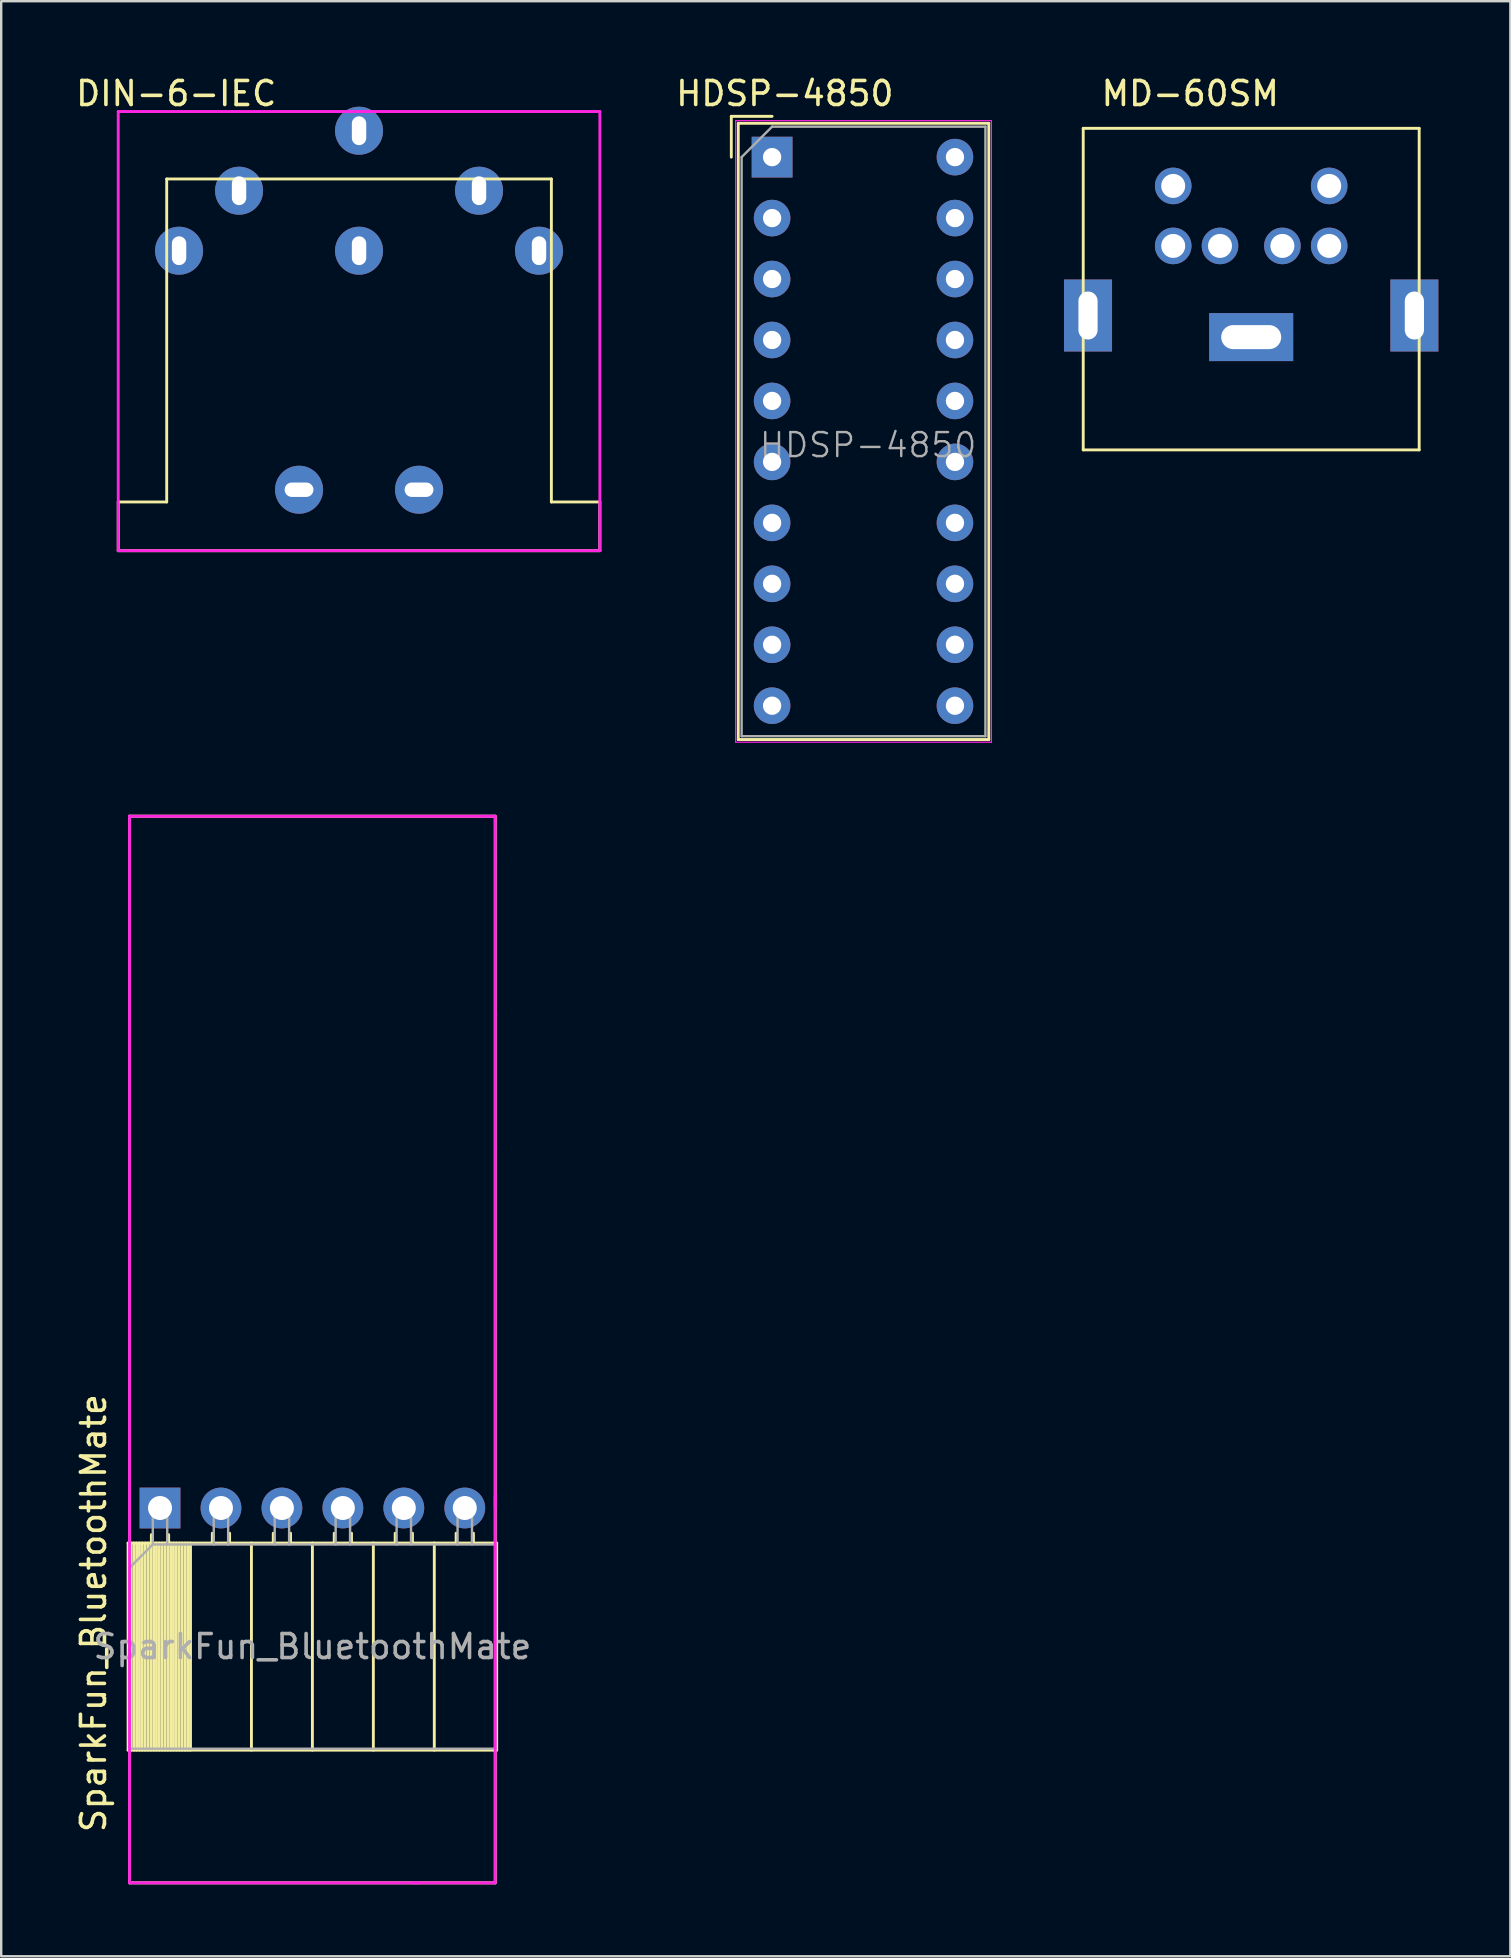
<source format=kicad_pcb>
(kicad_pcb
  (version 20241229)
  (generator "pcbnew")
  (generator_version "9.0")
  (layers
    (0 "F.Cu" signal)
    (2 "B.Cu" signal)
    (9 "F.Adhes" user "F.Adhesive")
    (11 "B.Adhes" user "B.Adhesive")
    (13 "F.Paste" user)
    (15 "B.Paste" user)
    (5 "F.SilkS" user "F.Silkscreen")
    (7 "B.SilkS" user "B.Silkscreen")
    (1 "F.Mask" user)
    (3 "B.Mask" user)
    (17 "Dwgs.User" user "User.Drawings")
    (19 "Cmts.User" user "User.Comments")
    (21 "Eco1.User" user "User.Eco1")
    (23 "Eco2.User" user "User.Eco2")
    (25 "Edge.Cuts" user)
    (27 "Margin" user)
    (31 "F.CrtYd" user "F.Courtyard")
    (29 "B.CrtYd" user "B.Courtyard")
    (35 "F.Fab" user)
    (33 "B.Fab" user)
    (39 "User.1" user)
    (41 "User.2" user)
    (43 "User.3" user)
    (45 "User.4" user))
  (footprint "SparkFun_BluetoothMate"
    (layer "F.Cu")
    (at 9.968 61.316)
    (property "Reference" "SparkFun_BluetoothMate" (at -9.12 2.856 90) (layer "F.SilkS") (effects (font (size 1 1) (thickness 0.15))))
    (attr through_hole)
    (fp_line (start -7.68 -0.064) (end 7.68 -0.064) (stroke (width 0.12) (type solid)) (layer "F.SilkS"))
    (fp_line (start -7.68 8.566) (end -7.68 -0.064) (stroke (width 0.12) (type solid)) (layer "F.SilkS"))
    (fp_line (start -7.68 8.566) (end 7.68 8.566) (stroke (width 0.12) (type solid)) (layer "F.SilkS"))
    (fp_line (start -7.62 -30.353) (end -7.62 14.097) (stroke (width 0.12) (type solid)) (layer "F.SilkS"))
    (fp_line (start -7.62 14.097) (end 7.62 14.097) (stroke (width 0.12) (type solid)) (layer "F.SilkS"))
    (fp_line (start -7.56 8.566) (end -7.56 -0.064) (stroke (width 0.12) (type solid)) (layer "F.SilkS"))
    (fp_line (start -7.442 8.566) (end -7.442 -0.064) (stroke (width 0.12) (type solid)) (layer "F.SilkS"))
    (fp_line (start -7.324 8.566) (end -7.324 -0.064) (stroke (width 0.12) (type solid)) (layer "F.SilkS"))
    (fp_line (start -7.206 8.566) (end -7.206 -0.064) (stroke (width 0.12) (type solid)) (layer "F.SilkS"))
    (fp_line (start -7.088 8.566) (end -7.088 -0.064) (stroke (width 0.12) (type solid)) (layer "F.SilkS"))
    (fp_line (start -6.97 8.566) (end -6.97 -0.064) (stroke (width 0.12) (type solid)) (layer "F.SilkS"))
    (fp_line (start -6.851 8.566) (end -6.851 -0.064) (stroke (width 0.12) (type solid)) (layer "F.SilkS"))
    (fp_line (start -6.733 8.566) (end -6.733 -0.064) (stroke (width 0.12) (type solid)) (layer "F.SilkS"))
    (fp_line (start -6.71 -0.064) (end -6.71 -0.414) (stroke (width 0.12) (type solid)) (layer "F.SilkS"))
    (fp_line (start -6.615 8.566) (end -6.615 -0.064) (stroke (width 0.12) (type solid)) (layer "F.SilkS"))
    (fp_line (start -6.497 8.566) (end -6.497 -0.064) (stroke (width 0.12) (type solid)) (layer "F.SilkS"))
    (fp_line (start -6.379 8.566) (end -6.379 -0.064) (stroke (width 0.12) (type solid)) (layer "F.SilkS"))
    (fp_line (start -6.261 8.566) (end -6.261 -0.064) (stroke (width 0.12) (type solid)) (layer "F.SilkS"))
    (fp_line (start -6.143 8.566) (end -6.143 -0.064) (stroke (width 0.12) (type solid)) (layer "F.SilkS"))
    (fp_line (start -6.025 8.566) (end -6.025 -0.064) (stroke (width 0.12) (type solid)) (layer "F.SilkS"))
    (fp_line (start -5.99 -0.064) (end -5.99 -0.414) (stroke (width 0.12) (type solid)) (layer "F.SilkS"))
    (fp_line (start -5.907 8.566) (end -5.907 -0.064) (stroke (width 0.12) (type solid)) (layer "F.SilkS"))
    (fp_line (start -5.789 8.566) (end -5.789 -0.064) (stroke (width 0.12) (type solid)) (layer "F.SilkS"))
    (fp_line (start -5.67 8.566) (end -5.67 -0.064) (stroke (width 0.12) (type solid)) (layer "F.SilkS"))
    (fp_line (start -5.552 8.566) (end -5.552 -0.064) (stroke (width 0.12) (type solid)) (layer "F.SilkS"))
    (fp_line (start -5.434 8.566) (end -5.434 -0.064) (stroke (width 0.12) (type solid)) (layer "F.SilkS"))
    (fp_line (start -5.316 8.566) (end -5.316 -0.064) (stroke (width 0.12) (type solid)) (layer "F.SilkS"))
    (fp_line (start -5.198 8.566) (end -5.198 -0.064) (stroke (width 0.12) (type solid)) (layer "F.SilkS"))
    (fp_line (start -5.08 8.566) (end -5.08 -0.064) (stroke (width 0.12) (type solid)) (layer "F.SilkS"))
    (fp_line (start -4.17 -0.064) (end -4.17 -0.474) (stroke (width 0.12) (type solid)) (layer "F.SilkS"))
    (fp_line (start -3.45 -0.064) (end -3.45 -0.474) (stroke (width 0.12) (type solid)) (layer "F.SilkS"))
    (fp_line (start -2.54 8.566) (end -2.54 -0.064) (stroke (width 0.12) (type solid)) (layer "F.SilkS"))
    (fp_line (start -1.63 -0.064) (end -1.63 -0.474) (stroke (width 0.12) (type solid)) (layer "F.SilkS"))
    (fp_line (start -0.91 -0.064) (end -0.91 -0.474) (stroke (width 0.12) (type solid)) (layer "F.SilkS"))
    (fp_line (start 0 8.566) (end 0 -0.064) (stroke (width 0.12) (type solid)) (layer "F.SilkS"))
    (fp_line (start 0.91 -0.064) (end 0.91 -0.474) (stroke (width 0.12) (type solid)) (layer "F.SilkS"))
    (fp_line (start 1.63 -0.064) (end 1.63 -0.474) (stroke (width 0.12) (type solid)) (layer "F.SilkS"))
    (fp_line (start 2.54 8.566) (end 2.54 -0.064) (stroke (width 0.12) (type solid)) (layer "F.SilkS"))
    (fp_line (start 3.45 -0.064) (end 3.45 -0.474) (stroke (width 0.12) (type solid)) (layer "F.SilkS"))
    (fp_line (start 4.17 -0.064) (end 4.17 -0.474) (stroke (width 0.12) (type solid)) (layer "F.SilkS"))
    (fp_line (start 5.08 8.566) (end 5.08 -0.064) (stroke (width 0.12) (type solid)) (layer "F.SilkS"))
    (fp_line (start 5.99 -0.064) (end 5.99 -0.474) (stroke (width 0.12) (type solid)) (layer "F.SilkS"))
    (fp_line (start 6.71 -0.064) (end 6.71 -0.474) (stroke (width 0.12) (type solid)) (layer "F.SilkS"))
    (fp_line (start 7.62 -30.353) (end -7.62 -30.353) (stroke (width 0.12) (type solid)) (layer "F.SilkS"))
    (fp_line (start 7.62 14.097) (end 7.62 -30.353) (stroke (width 0.12) (type solid)) (layer "F.SilkS"))
    (fp_line (start 7.68 8.566) (end 7.68 -0.064) (stroke (width 0.12) (type solid)) (layer "F.SilkS"))
    (fp_line (start -7.62 -30.353) (end -6.731 -30.353) (stroke (width 0.12) (type solid)) (layer "F.CrtYd"))
    (fp_line (start -7.62 -1.905) (end -7.62 -30.353) (stroke (width 0.12) (type solid)) (layer "F.CrtYd"))
    (fp_line (start -7.62 -1.905) (end -7.62 -0.254) (stroke (width 0.12) (type solid)) (layer "F.CrtYd"))
    (fp_line (start -7.62 -0.254) (end -7.62 14.097) (stroke (width 0.12) (type solid)) (layer "F.CrtYd"))
    (fp_line (start -7.62 14.097) (end 7.62 14.097) (stroke (width 0.12) (type solid)) (layer "F.CrtYd"))
    (fp_line (start 4.191 14.097) (end 4.445 14.097) (stroke (width 0.12) (type solid)) (layer "F.CrtYd"))
    (fp_line (start 7.112 -30.353) (end -6.731 -30.353) (stroke (width 0.12) (type solid)) (layer "F.CrtYd"))
    (fp_line (start 7.239 -30.353) (end 7.112 -30.353) (stroke (width 0.12) (type solid)) (layer "F.CrtYd"))
    (fp_line (start 7.62 -30.353) (end 7.239 -30.353) (stroke (width 0.12) (type solid)) (layer "F.CrtYd"))
    (fp_line (start 7.62 -28.575) (end 7.62 -30.353) (stroke (width 0.12) (type solid)) (layer "F.CrtYd"))
    (fp_line (start 7.62 -22.098) (end 7.62 -28.575) (stroke (width 0.12) (type solid)) (layer "F.CrtYd"))
    (fp_line (start 7.62 -16.51) (end 7.62 -22.098) (stroke (width 0.12) (type solid)) (layer "F.CrtYd"))
    (fp_line (start 7.62 -2.032) (end 7.62 -16.51) (stroke (width 0.12) (type solid)) (layer "F.CrtYd"))
    (fp_line (start 7.62 -2.032) (end 7.62 14.097) (stroke (width 0.12) (type solid)) (layer "F.CrtYd"))
    (fp_line (start 7.62 -1.524) (end 7.62 -2.032) (stroke (width 0.12) (type solid)) (layer "F.CrtYd"))
    (fp_line (start -7.62 0.966) (end -6.65 -0.004) (stroke (width 0.1) (type solid)) (layer "F.Fab"))
    (fp_line (start -7.62 8.506) (end -7.62 0.966) (stroke (width 0.1) (type solid)) (layer "F.Fab"))
    (fp_line (start -6.65 -1.524) (end -6.65 -0.004) (stroke (width 0.1) (type solid)) (layer "F.Fab"))
    (fp_line (start -6.65 -0.004) (end 7.62 -0.004) (stroke (width 0.1) (type solid)) (layer "F.Fab"))
    (fp_line (start -6.05 -1.524) (end -6.65 -1.524) (stroke (width 0.1) (type solid)) (layer "F.Fab"))
    (fp_line (start -6.05 -0.004) (end -6.05 -1.524) (stroke (width 0.1) (type solid)) (layer "F.Fab"))
    (fp_line (start -4.11 -1.524) (end -4.11 -0.004) (stroke (width 0.1) (type solid)) (layer "F.Fab"))
    (fp_line (start -3.51 -1.524) (end -4.11 -1.524) (stroke (width 0.1) (type solid)) (layer "F.Fab"))
    (fp_line (start -3.51 -0.004) (end -3.51 -1.524) (stroke (width 0.1) (type solid)) (layer "F.Fab"))
    (fp_line (start -1.57 -1.524) (end -1.57 -0.004) (stroke (width 0.1) (type solid)) (layer "F.Fab"))
    (fp_line (start -0.97 -1.524) (end -1.57 -1.524) (stroke (width 0.1) (type solid)) (layer "F.Fab"))
    (fp_line (start -0.97 -0.004) (end -0.97 -1.524) (stroke (width 0.1) (type solid)) (layer "F.Fab"))
    (fp_line (start 0.97 -1.524) (end 0.97 -0.004) (stroke (width 0.1) (type solid)) (layer "F.Fab"))
    (fp_line (start 1.57 -1.524) (end 0.97 -1.524) (stroke (width 0.1) (type solid)) (layer "F.Fab"))
    (fp_line (start 1.57 -0.004) (end 1.57 -1.524) (stroke (width 0.1) (type solid)) (layer "F.Fab"))
    (fp_line (start 3.51 -1.524) (end 3.51 -0.004) (stroke (width 0.1) (type solid)) (layer "F.Fab"))
    (fp_line (start 4.11 -1.524) (end 3.51 -1.524) (stroke (width 0.1) (type solid)) (layer "F.Fab"))
    (fp_line (start 4.11 -0.004) (end 4.11 -1.524) (stroke (width 0.1) (type solid)) (layer "F.Fab"))
    (fp_line (start 6.05 -1.524) (end 6.05 -0.004) (stroke (width 0.1) (type solid)) (layer "F.Fab"))
    (fp_line (start 6.65 -1.524) (end 6.05 -1.524) (stroke (width 0.1) (type solid)) (layer "F.Fab"))
    (fp_line (start 6.65 -0.004) (end 6.65 -1.524) (stroke (width 0.1) (type solid)) (layer "F.Fab"))
    (fp_line (start 7.62 -0.004) (end 7.62 8.506) (stroke (width 0.1) (type solid)) (layer "F.Fab"))
    (fp_line (start 7.62 8.506) (end -7.62 8.506) (stroke (width 0.1) (type solid)) (layer "F.Fab"))
    (fp_text user "${REFERENCE}" (at 0 4.251 180) (layer "F.Fab") (effects (font (size 1 1) (thickness 0.15))))
    (pad "1" thru_hole rect (at -6.35 -1.524 90) (size 1.7 1.7) (drill 1) (layers "*.Cu" "*.Mask"))
    (pad "2" thru_hole oval (at -3.81 -1.524 90) (size 1.7 1.7) (drill 1) (layers "*.Cu" "*.Mask"))
    (pad "3" thru_hole oval (at -1.27 -1.524 90) (size 1.7 1.7) (drill 1) (layers "*.Cu" "*.Mask"))
    (pad "4" thru_hole oval (at 1.27 -1.524 90) (size 1.7 1.7) (drill 1) (layers "*.Cu" "*.Mask"))
    (pad "5" thru_hole oval (at 3.81 -1.524 90) (size 1.7 1.7) (drill 1) (layers "*.Cu" "*.Mask"))
    (pad "6" thru_hole oval (at 6.35 -1.524 90) (size 1.7 1.7) (drill 1) (layers "*.Cu" "*.Mask")))
  (footprint "DIN-6-IEC"
    (layer "F.Cu")
    (at 11.912 19.898)
    (property "Reference" "DIN-6-IEC" (at -7.62 -19.05 0) (layer "F.SilkS") (effects (font (size 1 1) (thickness 0.15))))
    (attr through_hole)
    (fp_line (start -10.035 -2.03) (end -8.015 -2.03) (stroke (width 0.12) (type solid)) (layer "F.SilkS"))
    (fp_line (start -10.035 0) (end -10.035 -2.03) (stroke (width 0.12) (type solid)) (layer "F.SilkS"))
    (fp_line (start -10.035 0) (end 10.035 0) (stroke (width 0.12) (type solid)) (layer "F.SilkS"))
    (fp_line (start -8.015 -2.03) (end -8.015 -15.49) (stroke (width 0.12) (type solid)) (layer "F.SilkS"))
    (fp_line (start 8.015 -15.49) (end -8.015 -15.49) (stroke (width 0.12) (type solid)) (layer "F.SilkS"))
    (fp_line (start 8.015 -2.03) (end 8.015 -15.49) (stroke (width 0.12) (type solid)) (layer "F.SilkS"))
    (fp_line (start 10.035 -2.03) (end 8.015 -2.03) (stroke (width 0.12) (type solid)) (layer "F.SilkS"))
    (fp_line (start 10.035 0) (end 10.035 -2.03) (stroke (width 0.12) (type solid)) (layer "F.SilkS"))
    (fp_line (start -10.035 -18.3) (end 10.035 -18.3) (stroke (width 0.12) (type solid)) (layer "F.CrtYd"))
    (fp_line (start -10.035 0) (end -10.035 -18.3) (stroke (width 0.12) (type solid)) (layer "F.CrtYd"))
    (fp_line (start -10.035 0) (end 10.035 0) (stroke (width 0.12) (type solid)) (layer "F.CrtYd"))
    (fp_line (start 10.035 -18.3) (end 10.035 0) (stroke (width 0.12) (type solid)) (layer "F.CrtYd"))
    (pad "0" thru_hole circle (at -2.5 -2.54) (size 2 2) (drill oval 1.2 0.6) (layers "*.Cu" "*.Mask"))
    (pad "0" thru_hole circle (at 2.5 -2.54) (size 2 2) (drill oval 1.2 0.6) (layers "*.Cu" "*.Mask"))
    (pad "1" thru_hole circle (at 7.5 -12.5) (size 2 2) (drill oval 0.6 1.2) (layers "*.Cu" "*.Mask"))
    (pad "2" thru_hole circle (at 5 -15) (size 2 2) (drill oval 0.6 1.2) (layers "*.Cu" "*.Mask"))
    (pad "3" thru_hole circle (at 0 -12.5) (size 2 2) (drill oval 0.6 1.2) (layers "*.Cu" "*.Mask"))
    (pad "4" thru_hole circle (at -5 -15) (size 2 2) (drill oval 0.6 1.2) (layers "*.Cu" "*.Mask"))
    (pad "5" thru_hole circle (at -7.5 -12.5) (size 2 2) (drill oval 0.6 1.2) (layers "*.Cu" "*.Mask"))
    (pad "6" thru_hole circle (at 0 -17.5) (size 2 2) (drill oval 0.6 1.2) (layers "*.Cu" "*.Mask")))
  (footprint "MD-60SM"
    (layer "F.Cu")
    (at 49.09 7.198)
    (property "Reference" "MD-60SM" (at -2.54 -6.35 0) (layer "F.SilkS") (effects (font (size 1 1) (thickness 0.15))))
    (attr through_hole)
    (fp_line (start -7 -4.9) (end -7 8.5) (stroke (width 0.12) (type solid)) (layer "F.SilkS"))
    (fp_line (start -7 -4.9) (end 7 -4.9) (stroke (width 0.12) (type solid)) (layer "F.SilkS"))
    (fp_line (start -7 8.5) (end 7 8.5) (stroke (width 0.12) (type solid)) (layer "F.SilkS"))
    (fp_line (start 7 -4.9) (end 7 8.5) (stroke (width 0.12) (type solid)) (layer "F.SilkS"))
    (pad "0" thru_hole rect (at -6.8 2.9 90) (size 3 2) (drill oval 2 0.8) (layers "*.Cu" "*.Mask"))
    (pad "0" thru_hole rect (at 0 3.8) (size 3.5 2) (drill oval 2.5 1) (layers "*.Cu" "*.Mask"))
    (pad "0" thru_hole rect (at 6.8 2.9 90) (size 3 2) (drill oval 2 0.8) (layers "*.Cu" "*.Mask"))
    (pad "1" thru_hole circle (at 1.3 0) (size 1.524 1.524) (drill 1) (layers "*.Cu" "*.Mask"))
    (pad "2" thru_hole circle (at -1.3 0) (size 1.524 1.524) (drill 1) (layers "*.Cu" "*.Mask"))
    (pad "3" thru_hole circle (at 3.25 0) (size 1.524 1.524) (drill 1) (layers "*.Cu" "*.Mask"))
    (pad "4" thru_hole circle (at -3.25 0) (size 1.524 1.524) (drill 1) (layers "*.Cu" "*.Mask"))
    (pad "5" thru_hole circle (at 3.25 -2.5) (size 1.524 1.524) (drill 1) (layers "*.Cu" "*.Mask"))
    (pad "6" thru_hole circle (at -3.25 -2.5) (size 1.524 1.524) (drill 1) (layers "*.Cu" "*.Mask")))
  (footprint "HDSP-4850"
    (layer "F.Cu")
    (at 29.125 3.498)
    (property "Reference" "HDSP-4850" (at 0.53 -2.65 0) (layer "F.SilkS") (effects (font (size 1 1) (thickness 0.15))))
    (attr through_hole)
    (fp_line (start -1.7 -1.7) (end -1.7 0) (stroke (width 0.12) (type solid)) (layer "F.SilkS"))
    (fp_line (start -1.41 -1.41) (end 9.03 -1.41) (stroke (width 0.12) (type solid)) (layer "F.SilkS"))
    (fp_line (start -1.41 24.27) (end -1.41 -1.41) (stroke (width 0.12) (type solid)) (layer "F.SilkS"))
    (fp_line (start 0 -1.7) (end -1.7 -1.7) (stroke (width 0.12) (type solid)) (layer "F.SilkS"))
    (fp_line (start 9.03 -1.41) (end 9.03 24.27) (stroke (width 0.12) (type solid)) (layer "F.SilkS"))
    (fp_line (start 9.03 24.27) (end -1.41 24.27) (stroke (width 0.12) (type solid)) (layer "F.SilkS"))
    (fp_line (start -1.52 -1.52) (end -1.52 24.38) (stroke (width 0.05) (type solid)) (layer "F.CrtYd"))
    (fp_line (start -1.52 -1.52) (end 9.14 -1.52) (stroke (width 0.05) (type solid)) (layer "F.CrtYd"))
    (fp_line (start -1.52 24.38) (end 9.14 24.38) (stroke (width 0.05) (type solid)) (layer "F.CrtYd"))
    (fp_line (start 9.14 24.38) (end 9.14 -1.52) (stroke (width 0.05) (type solid)) (layer "F.CrtYd"))
    (fp_line (start -1.27 0) (end -1.27 24.13) (stroke (width 0.1) (type solid)) (layer "F.Fab"))
    (fp_line (start -1.27 24.13) (end 8.89 24.13) (stroke (width 0.1) (type solid)) (layer "F.Fab"))
    (fp_line (start 0 -1.27) (end -1.27 0) (stroke (width 0.1) (type solid)) (layer "F.Fab"))
    (fp_line (start 0 -1.27) (end 8.89 -1.27) (stroke (width 0.1) (type solid)) (layer "F.Fab"))
    (fp_line (start 8.89 -1.27) (end 8.89 24.13) (stroke (width 0.1) (type solid)) (layer "F.Fab"))
    (fp_text user "${REFERENCE}" (at 4 12 0) (layer "F.Fab") (effects (font (size 1 1) (thickness 0.1))))
    (pad "1" thru_hole rect (at 0 0 270) (size 1.7 1.7) (drill 0.762) (layers "*.Cu" "*.Mask"))
    (pad "2" thru_hole circle (at 0 2.54 270) (size 1.524 1.524) (drill 0.762) (layers "*.Cu" "*.Mask"))
    (pad "3" thru_hole circle (at 0 5.08 270) (size 1.524 1.524) (drill 0.762) (layers "*.Cu" "*.Mask"))
    (pad "4" thru_hole circle (at 0 7.62 270) (size 1.524 1.524) (drill 0.762) (layers "*.Cu" "*.Mask"))
    (pad "5" thru_hole circle (at 0 10.16 270) (size 1.524 1.524) (drill 0.762) (layers "*.Cu" "*.Mask"))
    (pad "6" thru_hole circle (at 0 12.7 270) (size 1.524 1.524) (drill 0.762) (layers "*.Cu" "*.Mask"))
    (pad "7" thru_hole circle (at 0 15.24 270) (size 1.524 1.524) (drill 0.762) (layers "*.Cu" "*.Mask"))
    (pad "8" thru_hole circle (at 0 17.78 270) (size 1.524 1.524) (drill 0.762) (layers "*.Cu" "*.Mask"))
    (pad "9" thru_hole circle (at 0 20.32 270) (size 1.524 1.524) (drill 0.762) (layers "*.Cu" "*.Mask"))
    (pad "10" thru_hole circle (at 0 22.86 270) (size 1.524 1.524) (drill 0.762) (layers "*.Cu" "*.Mask"))
    (pad "11" thru_hole circle (at 7.62 22.86 270) (size 1.524 1.524) (drill 0.762) (layers "*.Cu" "*.Mask"))
    (pad "12" thru_hole circle (at 7.62 20.32 270) (size 1.524 1.524) (drill 0.762) (layers "*.Cu" "*.Mask"))
    (pad "13" thru_hole circle (at 7.62 17.78 270) (size 1.524 1.524) (drill 0.762) (layers "*.Cu" "*.Mask"))
    (pad "14" thru_hole circle (at 7.62 15.24 270) (size 1.524 1.524) (drill 0.762) (layers "*.Cu" "*.Mask"))
    (pad "15" thru_hole circle (at 7.62 12.7 270) (size 1.524 1.524) (drill 0.762) (layers "*.Cu" "*.Mask"))
    (pad "16" thru_hole circle (at 7.62 10.16 270) (size 1.524 1.524) (drill 0.762) (layers "*.Cu" "*.Mask"))
    (pad "17" thru_hole circle (at 7.62 7.62 270) (size 1.524 1.524) (drill 0.762) (layers "*.Cu" "*.Mask"))
    (pad "18" thru_hole circle (at 7.62 5.08 270) (size 1.524 1.524) (drill 0.762) (layers "*.Cu" "*.Mask"))
    (pad "19" thru_hole circle (at 7.62 2.54 270) (size 1.524 1.524) (drill 0.762) (layers "*.Cu" "*.Mask"))
    (pad "20" thru_hole circle (at 7.62 0 270) (size 1.524 1.524) (drill 0.762) (layers "*.Cu" "*.Mask")))
  (gr_rect
    (start -3 -3)
    (end 59.89 78.473)
    (stroke (width 0.1) (type default))
    (fill no)
    (layer "Edge.Cuts")))
</source>
